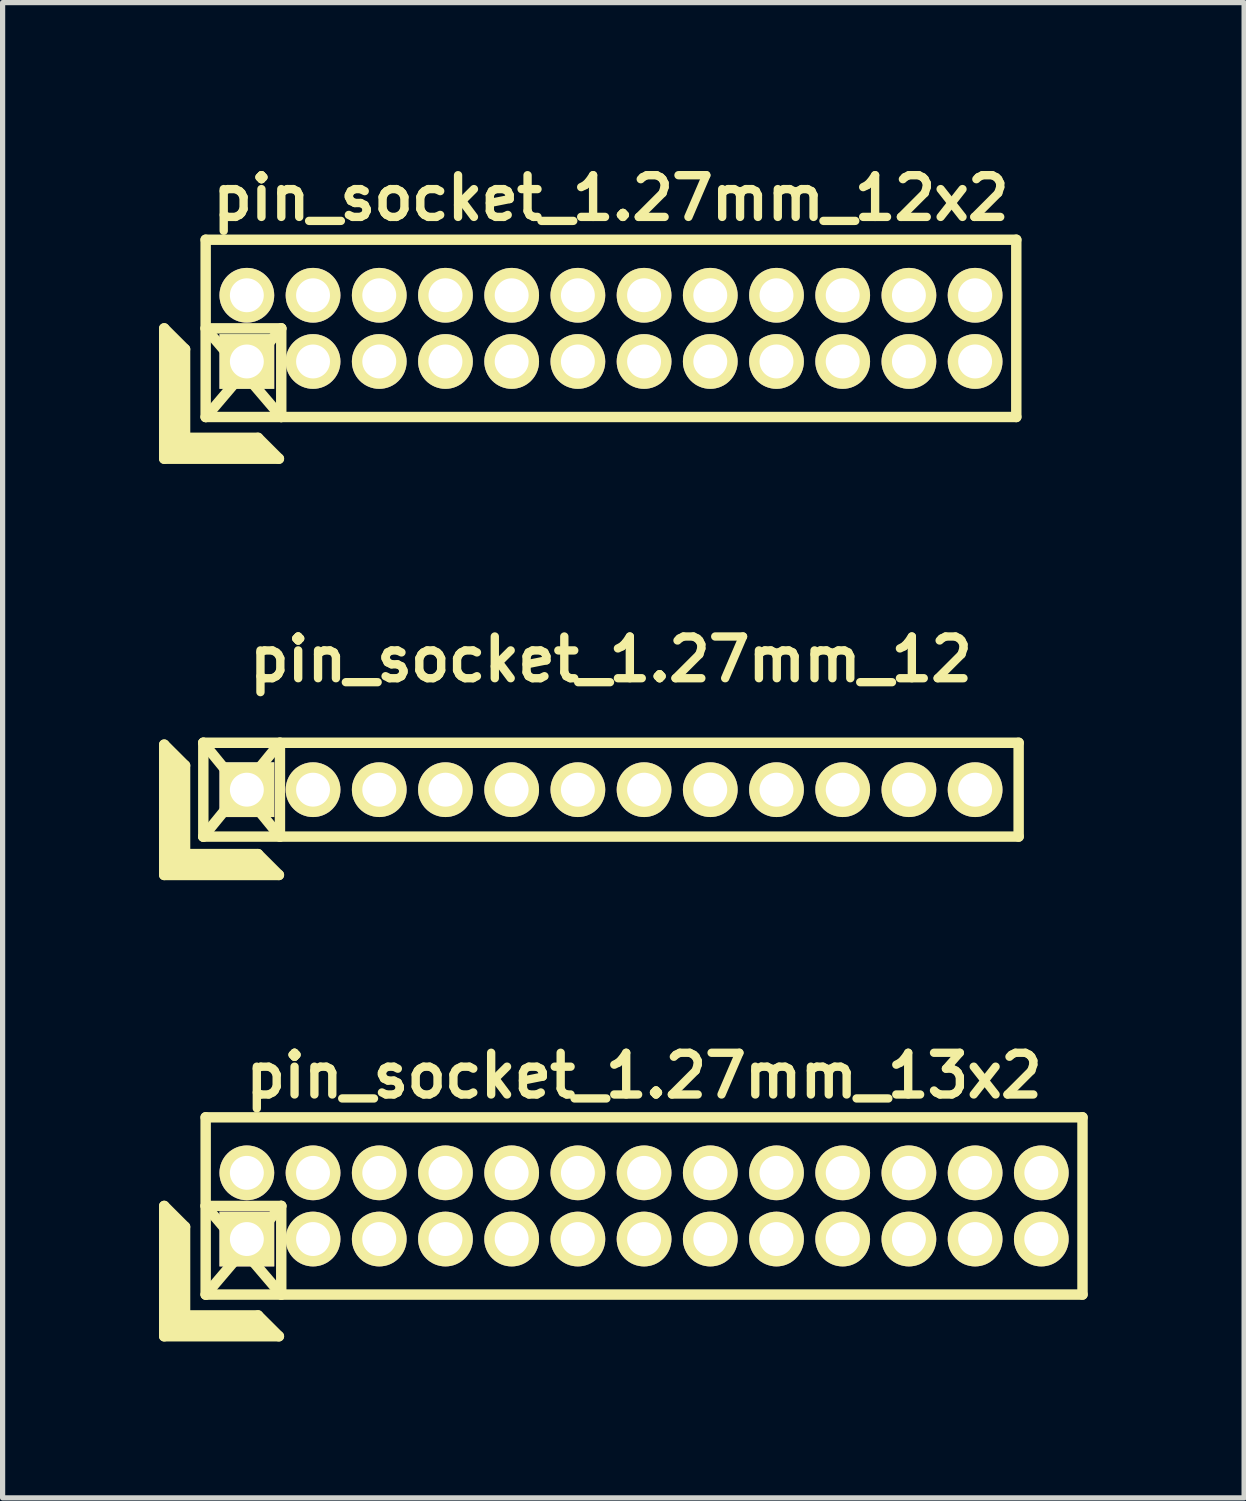
<source format=kicad_pcb>
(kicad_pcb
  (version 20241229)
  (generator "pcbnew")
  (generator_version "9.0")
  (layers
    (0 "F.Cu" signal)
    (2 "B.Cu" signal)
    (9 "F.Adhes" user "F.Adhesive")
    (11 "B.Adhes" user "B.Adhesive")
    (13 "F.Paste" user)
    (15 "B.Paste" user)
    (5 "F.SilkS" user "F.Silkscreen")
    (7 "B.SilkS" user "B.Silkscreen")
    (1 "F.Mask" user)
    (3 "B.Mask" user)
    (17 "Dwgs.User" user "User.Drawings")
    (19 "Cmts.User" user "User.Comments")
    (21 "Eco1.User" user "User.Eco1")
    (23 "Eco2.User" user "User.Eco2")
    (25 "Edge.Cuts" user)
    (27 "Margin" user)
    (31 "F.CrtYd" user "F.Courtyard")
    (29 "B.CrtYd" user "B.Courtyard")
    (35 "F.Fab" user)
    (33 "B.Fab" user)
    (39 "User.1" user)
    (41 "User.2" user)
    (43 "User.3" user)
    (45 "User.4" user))
  (footprint "pin_socket_1.27mm_12"
    (layer "F.Cu")
    (at 8.67 12.098)
    (property "Reference" "pin_socket_1.27mm_12" (at 0 -2.5 0) (layer "F.SilkS") (effects (font (size 0.8 0.8) (thickness 0.16))))
    (attr through_hole)
    (fp_line (start -8.57 -0.864) (end -8.57 1.636) (stroke (width 0.2) (type solid)) (layer "F.SilkS"))
    (fp_line (start -8.57 -0.864) (end -8.17 -0.464) (stroke (width 0.2) (type solid)) (layer "F.SilkS"))
    (fp_line (start -8.57 1.636) (end -6.37 1.636) (stroke (width 0.2) (type solid)) (layer "F.SilkS"))
    (fp_line (start -8.47 1.536) (end -8.47 -0.664) (stroke (width 0.2) (type solid)) (layer "F.SilkS"))
    (fp_line (start -8.47 1.536) (end -6.57 1.536) (stroke (width 0.2) (type solid)) (layer "F.SilkS"))
    (fp_line (start -8.37 1.436) (end -8.37 -0.564) (stroke (width 0.2) (type solid)) (layer "F.SilkS"))
    (fp_line (start -8.37 1.436) (end -6.67 1.436) (stroke (width 0.2) (type solid)) (layer "F.SilkS"))
    (fp_line (start -8.27 1.336) (end -8.27 -0.464) (stroke (width 0.2) (type solid)) (layer "F.SilkS"))
    (fp_line (start -8.27 1.336) (end -6.77 1.336) (stroke (width 0.2) (type solid)) (layer "F.SilkS"))
    (fp_line (start -8.17 1.236) (end -8.17 -0.464) (stroke (width 0.2) (type solid)) (layer "F.SilkS"))
    (fp_line (start -8.17 1.236) (end -6.77 1.236) (stroke (width 0.2) (type solid)) (layer "F.SilkS"))
    (fp_line (start -7.82 -0.9) (end -6.35 0.9) (stroke (width 0.2) (type solid)) (layer "F.SilkS"))
    (fp_line (start -7.82 -0.9) (end 7.82 -0.9) (stroke (width 0.2) (type solid)) (layer "F.SilkS"))
    (fp_line (start -7.82 0.9) (end -7.82 -0.9) (stroke (width 0.2) (type solid)) (layer "F.SilkS"))
    (fp_line (start -7.82 0.9) (end -6.35 -0.9) (stroke (width 0.2) (type solid)) (layer "F.SilkS"))
    (fp_line (start -6.77 1.236) (end -6.37 1.636) (stroke (width 0.2) (type solid)) (layer "F.SilkS"))
    (fp_line (start -6.35 -0.9) (end -6.35 0.9) (stroke (width 0.2) (type solid)) (layer "F.SilkS"))
    (fp_line (start 7.82 -0.9) (end 7.82 0.9) (stroke (width 0.2) (type solid)) (layer "F.SilkS"))
    (fp_line (start 7.82 0.9) (end -7.82 0.9) (stroke (width 0.2) (type solid)) (layer "F.SilkS"))
    (pad "1" thru_hole rect (at -6.985 0) (size 1.05 1.05) (drill 0.65) (layers "*.Cu" "*.Mask" "F.SilkS"))
    (pad "2" thru_hole oval (at -5.715 0) (size 1.05 1.05) (drill 0.65) (layers "*.Cu" "*.Mask" "F.SilkS"))
    (pad "3" thru_hole oval (at -4.445 0) (size 1.05 1.05) (drill 0.65) (layers "*.Cu" "*.Mask" "F.SilkS"))
    (pad "4" thru_hole oval (at -3.175 0) (size 1.05 1.05) (drill 0.65) (layers "*.Cu" "*.Mask" "F.SilkS"))
    (pad "5" thru_hole oval (at -1.905 0) (size 1.05 1.05) (drill 0.65) (layers "*.Cu" "*.Mask" "F.SilkS"))
    (pad "6" thru_hole oval (at -0.635 0) (size 1.05 1.05) (drill 0.65) (layers "*.Cu" "*.Mask" "F.SilkS"))
    (pad "7" thru_hole oval (at 0.635 0) (size 1.05 1.05) (drill 0.65) (layers "*.Cu" "*.Mask" "F.SilkS"))
    (pad "8" thru_hole oval (at 1.905 0) (size 1.05 1.05) (drill 0.65) (layers "*.Cu" "*.Mask" "F.SilkS"))
    (pad "9" thru_hole oval (at 3.175 0) (size 1.05 1.05) (drill 0.65) (layers "*.Cu" "*.Mask" "F.SilkS"))
    (pad "10" thru_hole oval (at 4.445 0) (size 1.05 1.05) (drill 0.65) (layers "*.Cu" "*.Mask" "F.SilkS"))
    (pad "11" thru_hole oval (at 5.715 0) (size 1.05 1.05) (drill 0.65) (layers "*.Cu" "*.Mask" "F.SilkS"))
    (pad "12" thru_hole oval (at 6.985 0) (size 1.05 1.05) (drill 0.65) (layers "*.Cu" "*.Mask" "F.SilkS")))
  (footprint "pin_socket_1.27mm_12x2"
    (layer "F.Cu")
    (at 8.67 3.249)
    (property "Reference" "pin_socket_1.27mm_12x2" (at 0 -2.5 0) (layer "F.SilkS") (effects (font (size 0.8 0.8) (thickness 0.16))))
    (attr through_hole)
    (fp_line (start -8.57 0) (end -8.57 2.5) (stroke (width 0.2) (type solid)) (layer "F.SilkS"))
    (fp_line (start -8.57 0) (end -8.17 0.4) (stroke (width 0.2) (type solid)) (layer "F.SilkS"))
    (fp_line (start -8.57 2.5) (end -6.37 2.5) (stroke (width 0.2) (type solid)) (layer "F.SilkS"))
    (fp_line (start -8.47 2.4) (end -8.47 0.2) (stroke (width 0.2) (type solid)) (layer "F.SilkS"))
    (fp_line (start -8.47 2.4) (end -6.57 2.4) (stroke (width 0.2) (type solid)) (layer "F.SilkS"))
    (fp_line (start -8.37 2.3) (end -8.37 0.3) (stroke (width 0.2) (type solid)) (layer "F.SilkS"))
    (fp_line (start -8.37 2.3) (end -6.67 2.3) (stroke (width 0.2) (type solid)) (layer "F.SilkS"))
    (fp_line (start -8.27 2.2) (end -8.27 0.4) (stroke (width 0.2) (type solid)) (layer "F.SilkS"))
    (fp_line (start -8.27 2.2) (end -6.77 2.2) (stroke (width 0.2) (type solid)) (layer "F.SilkS"))
    (fp_line (start -8.17 2.1) (end -8.17 0.4) (stroke (width 0.2) (type solid)) (layer "F.SilkS"))
    (fp_line (start -8.17 2.1) (end -6.77 2.1) (stroke (width 0.2) (type solid)) (layer "F.SilkS"))
    (fp_line (start -7.775 -1.7) (end 7.775 -1.7) (stroke (width 0.2) (type solid)) (layer "F.SilkS"))
    (fp_line (start -7.775 0) (end -6.325 0) (stroke (width 0.2) (type solid)) (layer "F.SilkS"))
    (fp_line (start -7.775 0) (end -6.325 1.7) (stroke (width 0.2) (type solid)) (layer "F.SilkS"))
    (fp_line (start -7.775 1.7) (end -7.775 -1.7) (stroke (width 0.2) (type solid)) (layer "F.SilkS"))
    (fp_line (start -6.77 2.1) (end -6.37 2.5) (stroke (width 0.2) (type solid)) (layer "F.SilkS"))
    (fp_line (start -6.325 0) (end -7.77 1.7) (stroke (width 0.2) (type solid)) (layer "F.SilkS"))
    (fp_line (start -6.325 0) (end -6.325 1.7) (stroke (width 0.2) (type solid)) (layer "F.SilkS"))
    (fp_line (start 7.775 -1.7) (end 7.775 1.7) (stroke (width 0.2) (type solid)) (layer "F.SilkS"))
    (fp_line (start 7.775 1.7) (end -7.775 1.7) (stroke (width 0.2) (type solid)) (layer "F.SilkS"))
    (pad "1" thru_hole rect (at -6.985 0.635) (size 1.05 1.05) (drill 0.65) (layers "*.Cu" "*.Mask" "F.SilkS"))
    (pad "2" thru_hole oval (at -6.985 -0.635) (size 1.05 1.05) (drill 0.65) (layers "*.Cu" "*.Mask" "F.SilkS"))
    (pad "3" thru_hole oval (at -5.715 0.635) (size 1.05 1.05) (drill 0.65) (layers "*.Cu" "*.Mask" "F.SilkS"))
    (pad "4" thru_hole oval (at -5.715 -0.635) (size 1.05 1.05) (drill 0.65) (layers "*.Cu" "*.Mask" "F.SilkS"))
    (pad "5" thru_hole oval (at -4.445 0.635) (size 1.05 1.05) (drill 0.65) (layers "*.Cu" "*.Mask" "F.SilkS"))
    (pad "6" thru_hole oval (at -4.445 -0.635) (size 1.05 1.05) (drill 0.65) (layers "*.Cu" "*.Mask" "F.SilkS"))
    (pad "7" thru_hole oval (at -3.175 0.635) (size 1.05 1.05) (drill 0.65) (layers "*.Cu" "*.Mask" "F.SilkS"))
    (pad "8" thru_hole oval (at -3.175 -0.635) (size 1.05 1.05) (drill 0.65) (layers "*.Cu" "*.Mask" "F.SilkS"))
    (pad "9" thru_hole oval (at -1.905 0.635) (size 1.05 1.05) (drill 0.65) (layers "*.Cu" "*.Mask" "F.SilkS"))
    (pad "10" thru_hole oval (at -1.905 -0.635) (size 1.05 1.05) (drill 0.65) (layers "*.Cu" "*.Mask" "F.SilkS"))
    (pad "11" thru_hole oval (at -0.635 0.635) (size 1.05 1.05) (drill 0.65) (layers "*.Cu" "*.Mask" "F.SilkS"))
    (pad "12" thru_hole oval (at -0.635 -0.635) (size 1.05 1.05) (drill 0.65) (layers "*.Cu" "*.Mask" "F.SilkS"))
    (pad "13" thru_hole oval (at 0.635 0.635) (size 1.05 1.05) (drill 0.65) (layers "*.Cu" "*.Mask" "F.SilkS"))
    (pad "14" thru_hole oval (at 0.635 -0.635) (size 1.05 1.05) (drill 0.65) (layers "*.Cu" "*.Mask" "F.SilkS"))
    (pad "15" thru_hole oval (at 1.905 0.635) (size 1.05 1.05) (drill 0.65) (layers "*.Cu" "*.Mask" "F.SilkS"))
    (pad "16" thru_hole oval (at 1.905 -0.635) (size 1.05 1.05) (drill 0.65) (layers "*.Cu" "*.Mask" "F.SilkS"))
    (pad "17" thru_hole oval (at 3.175 0.635) (size 1.05 1.05) (drill 0.65) (layers "*.Cu" "*.Mask" "F.SilkS"))
    (pad "18" thru_hole oval (at 3.175 -0.635) (size 1.05 1.05) (drill 0.65) (layers "*.Cu" "*.Mask" "F.SilkS"))
    (pad "19" thru_hole oval (at 4.445 0.635) (size 1.05 1.05) (drill 0.65) (layers "*.Cu" "*.Mask" "F.SilkS"))
    (pad "20" thru_hole oval (at 4.445 -0.635) (size 1.05 1.05) (drill 0.65) (layers "*.Cu" "*.Mask" "F.SilkS"))
    (pad "21" thru_hole oval (at 5.715 0.635) (size 1.05 1.05) (drill 0.65) (layers "*.Cu" "*.Mask" "F.SilkS"))
    (pad "22" thru_hole oval (at 5.715 -0.635) (size 1.05 1.05) (drill 0.65) (layers "*.Cu" "*.Mask" "F.SilkS"))
    (pad "23" thru_hole oval (at 6.985 0.635) (size 1.05 1.05) (drill 0.65) (layers "*.Cu" "*.Mask" "F.SilkS"))
    (pad "24" thru_hole oval (at 6.985 -0.635) (size 1.05 1.05) (drill 0.65) (layers "*.Cu" "*.Mask" "F.SilkS")))
  (footprint "pin_socket_1.27mm_13x2"
    (layer "F.Cu")
    (at 9.305 20.083)
    (property "Reference" "pin_socket_1.27mm_13x2" (at 0 -2.5 0) (layer "F.SilkS") (effects (font (size 0.8 0.8) (thickness 0.16))))
    (attr through_hole)
    (fp_line (start -9.205 0) (end -9.205 2.5) (stroke (width 0.2) (type solid)) (layer "F.SilkS"))
    (fp_line (start -9.205 0) (end -8.805 0.4) (stroke (width 0.2) (type solid)) (layer "F.SilkS"))
    (fp_line (start -9.205 2.5) (end -7.005 2.5) (stroke (width 0.2) (type solid)) (layer "F.SilkS"))
    (fp_line (start -9.105 2.4) (end -9.105 0.2) (stroke (width 0.2) (type solid)) (layer "F.SilkS"))
    (fp_line (start -9.105 2.4) (end -7.205 2.4) (stroke (width 0.2) (type solid)) (layer "F.SilkS"))
    (fp_line (start -9.005 2.3) (end -9.005 0.3) (stroke (width 0.2) (type solid)) (layer "F.SilkS"))
    (fp_line (start -9.005 2.3) (end -7.305 2.3) (stroke (width 0.2) (type solid)) (layer "F.SilkS"))
    (fp_line (start -8.905 2.2) (end -8.905 0.4) (stroke (width 0.2) (type solid)) (layer "F.SilkS"))
    (fp_line (start -8.905 2.2) (end -7.405 2.2) (stroke (width 0.2) (type solid)) (layer "F.SilkS"))
    (fp_line (start -8.805 2.1) (end -8.805 0.4) (stroke (width 0.2) (type solid)) (layer "F.SilkS"))
    (fp_line (start -8.805 2.1) (end -7.405 2.1) (stroke (width 0.2) (type solid)) (layer "F.SilkS"))
    (fp_line (start -8.41 -1.7) (end 8.41 -1.7) (stroke (width 0.2) (type solid)) (layer "F.SilkS"))
    (fp_line (start -8.41 0) (end -6.96 0) (stroke (width 0.2) (type solid)) (layer "F.SilkS"))
    (fp_line (start -8.41 0) (end -6.96 1.7) (stroke (width 0.2) (type solid)) (layer "F.SilkS"))
    (fp_line (start -8.41 1.7) (end -8.41 -1.7) (stroke (width 0.2) (type solid)) (layer "F.SilkS"))
    (fp_line (start -7.405 2.1) (end -7.005 2.5) (stroke (width 0.2) (type solid)) (layer "F.SilkS"))
    (fp_line (start -6.96 0) (end -8.405 1.7) (stroke (width 0.2) (type solid)) (layer "F.SilkS"))
    (fp_line (start -6.96 0) (end -6.96 1.7) (stroke (width 0.2) (type solid)) (layer "F.SilkS"))
    (fp_line (start 8.41 -1.7) (end 8.41 1.7) (stroke (width 0.2) (type solid)) (layer "F.SilkS"))
    (fp_line (start 8.41 1.7) (end -8.41 1.7) (stroke (width 0.2) (type solid)) (layer "F.SilkS"))
    (pad "1" thru_hole rect (at -7.62 0.635) (size 1.05 1.05) (drill 0.65) (layers "*.Cu" "*.Mask" "F.SilkS"))
    (pad "2" thru_hole oval (at -7.62 -0.635) (size 1.05 1.05) (drill 0.65) (layers "*.Cu" "*.Mask" "F.SilkS"))
    (pad "3" thru_hole oval (at -6.35 0.635) (size 1.05 1.05) (drill 0.65) (layers "*.Cu" "*.Mask" "F.SilkS"))
    (pad "4" thru_hole oval (at -6.35 -0.635) (size 1.05 1.05) (drill 0.65) (layers "*.Cu" "*.Mask" "F.SilkS"))
    (pad "5" thru_hole oval (at -5.08 0.635) (size 1.05 1.05) (drill 0.65) (layers "*.Cu" "*.Mask" "F.SilkS"))
    (pad "6" thru_hole oval (at -5.08 -0.635) (size 1.05 1.05) (drill 0.65) (layers "*.Cu" "*.Mask" "F.SilkS"))
    (pad "7" thru_hole oval (at -3.81 0.635) (size 1.05 1.05) (drill 0.65) (layers "*.Cu" "*.Mask" "F.SilkS"))
    (pad "8" thru_hole oval (at -3.81 -0.635) (size 1.05 1.05) (drill 0.65) (layers "*.Cu" "*.Mask" "F.SilkS"))
    (pad "9" thru_hole oval (at -2.54 0.635) (size 1.05 1.05) (drill 0.65) (layers "*.Cu" "*.Mask" "F.SilkS"))
    (pad "10" thru_hole oval (at -2.54 -0.635) (size 1.05 1.05) (drill 0.65) (layers "*.Cu" "*.Mask" "F.SilkS"))
    (pad "11" thru_hole oval (at -1.27 0.635) (size 1.05 1.05) (drill 0.65) (layers "*.Cu" "*.Mask" "F.SilkS"))
    (pad "12" thru_hole oval (at -1.27 -0.635) (size 1.05 1.05) (drill 0.65) (layers "*.Cu" "*.Mask" "F.SilkS"))
    (pad "13" thru_hole oval (at 0 0.635) (size 1.05 1.05) (drill 0.65) (layers "*.Cu" "*.Mask" "F.SilkS"))
    (pad "14" thru_hole oval (at 0 -0.635) (size 1.05 1.05) (drill 0.65) (layers "*.Cu" "*.Mask" "F.SilkS"))
    (pad "15" thru_hole oval (at 1.27 0.635) (size 1.05 1.05) (drill 0.65) (layers "*.Cu" "*.Mask" "F.SilkS"))
    (pad "16" thru_hole oval (at 1.27 -0.635) (size 1.05 1.05) (drill 0.65) (layers "*.Cu" "*.Mask" "F.SilkS"))
    (pad "17" thru_hole oval (at 2.54 0.635) (size 1.05 1.05) (drill 0.65) (layers "*.Cu" "*.Mask" "F.SilkS"))
    (pad "18" thru_hole oval (at 2.54 -0.635) (size 1.05 1.05) (drill 0.65) (layers "*.Cu" "*.Mask" "F.SilkS"))
    (pad "19" thru_hole oval (at 3.81 0.635) (size 1.05 1.05) (drill 0.65) (layers "*.Cu" "*.Mask" "F.SilkS"))
    (pad "20" thru_hole oval (at 3.81 -0.635) (size 1.05 1.05) (drill 0.65) (layers "*.Cu" "*.Mask" "F.SilkS"))
    (pad "21" thru_hole oval (at 5.08 0.635) (size 1.05 1.05) (drill 0.65) (layers "*.Cu" "*.Mask" "F.SilkS"))
    (pad "22" thru_hole oval (at 5.08 -0.635) (size 1.05 1.05) (drill 0.65) (layers "*.Cu" "*.Mask" "F.SilkS"))
    (pad "23" thru_hole oval (at 6.35 0.635) (size 1.05 1.05) (drill 0.65) (layers "*.Cu" "*.Mask" "F.SilkS"))
    (pad "24" thru_hole oval (at 6.35 -0.635) (size 1.05 1.05) (drill 0.65) (layers "*.Cu" "*.Mask" "F.SilkS"))
    (pad "25" thru_hole oval (at 7.62 0.635) (size 1.05 1.05) (drill 0.65) (layers "*.Cu" "*.Mask" "F.SilkS"))
    (pad "26" thru_hole oval (at 7.62 -0.635) (size 1.05 1.05) (drill 0.65) (layers "*.Cu" "*.Mask" "F.SilkS")))
  (gr_rect
    (start -3 -3)
    (end 20.815 25.683)
    (stroke (width 0.1) (type default))
    (fill no)
    (layer "Edge.Cuts")))
</source>
